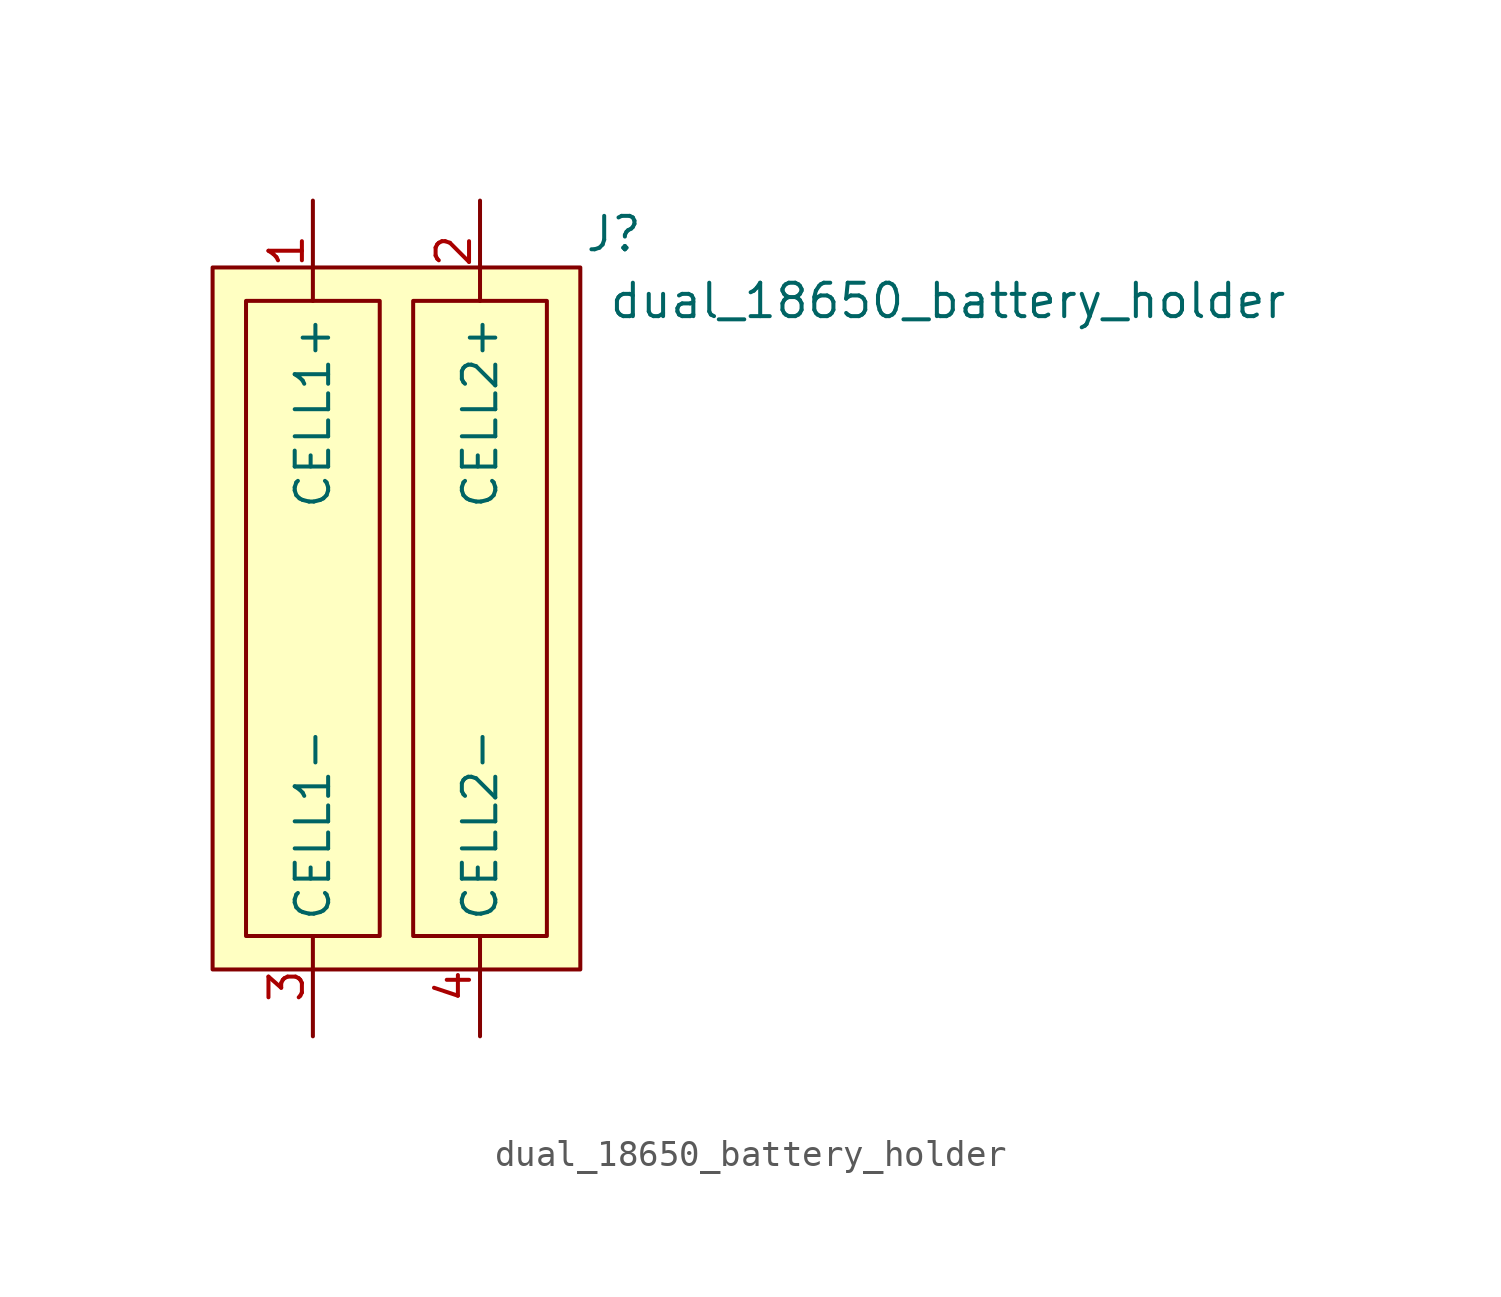
<source format=kicad_sym>
(kicad_symbol_lib
  (version 20220914)
  (generator kicad_symbol_editor)
  (symbol "dual_18650_battery_holder"
    (property "Reference" "J"
      (at 8.89 13.97 0)
      (effects (font (size 1.27 1.27))))
    (property "Value" "dual_18650_battery_holder"
      (at 21.59 11.43 0)
      (effects (font (size 1.27 1.27))))
    (symbol "dual_18650_battery_holder_1_1"
      (rectangle (start -6.35 12.7) (end 7.62 -13.97) (stroke (width 0) (type default)) (fill (type background)))
      (rectangle (start 1.27 11.43) (end 6.35 -12.7) (stroke (width 0) (type default)) (fill (type none)))
      (text_box "" (at -5.08 11.43 0) (size 5.08 -24.13) (stroke (width 0) (type default)) (fill (type none)) (effects (font (size 1.27 1.27)) (justify left top)))
      (pin passive line (at -2.54 15.24 270) (length 3.81) (name "CELL1+" (effects (font (size 1.27 1.27)))) (number "1" (effects (font (size 1.27 1.27)))))
      (pin passive line (at 3.81 15.24 270) (length 3.81) (name "CELL2+" (effects (font (size 1.27 1.27)))) (number "2" (effects (font (size 1.27 1.27)))))
      (pin passive line (at -2.54 -16.51 90) (length 3.81) (name "CELL1-" (effects (font (size 1.27 1.27)))) (number "3" (effects (font (size 1.27 1.27)))))
      (pin passive line (at 3.81 -16.51 90) (length 3.81) (name "CELL2-" (effects (font (size 1.27 1.27)))) (number "4" (effects (font (size 1.27 1.27))))))))
</source>
